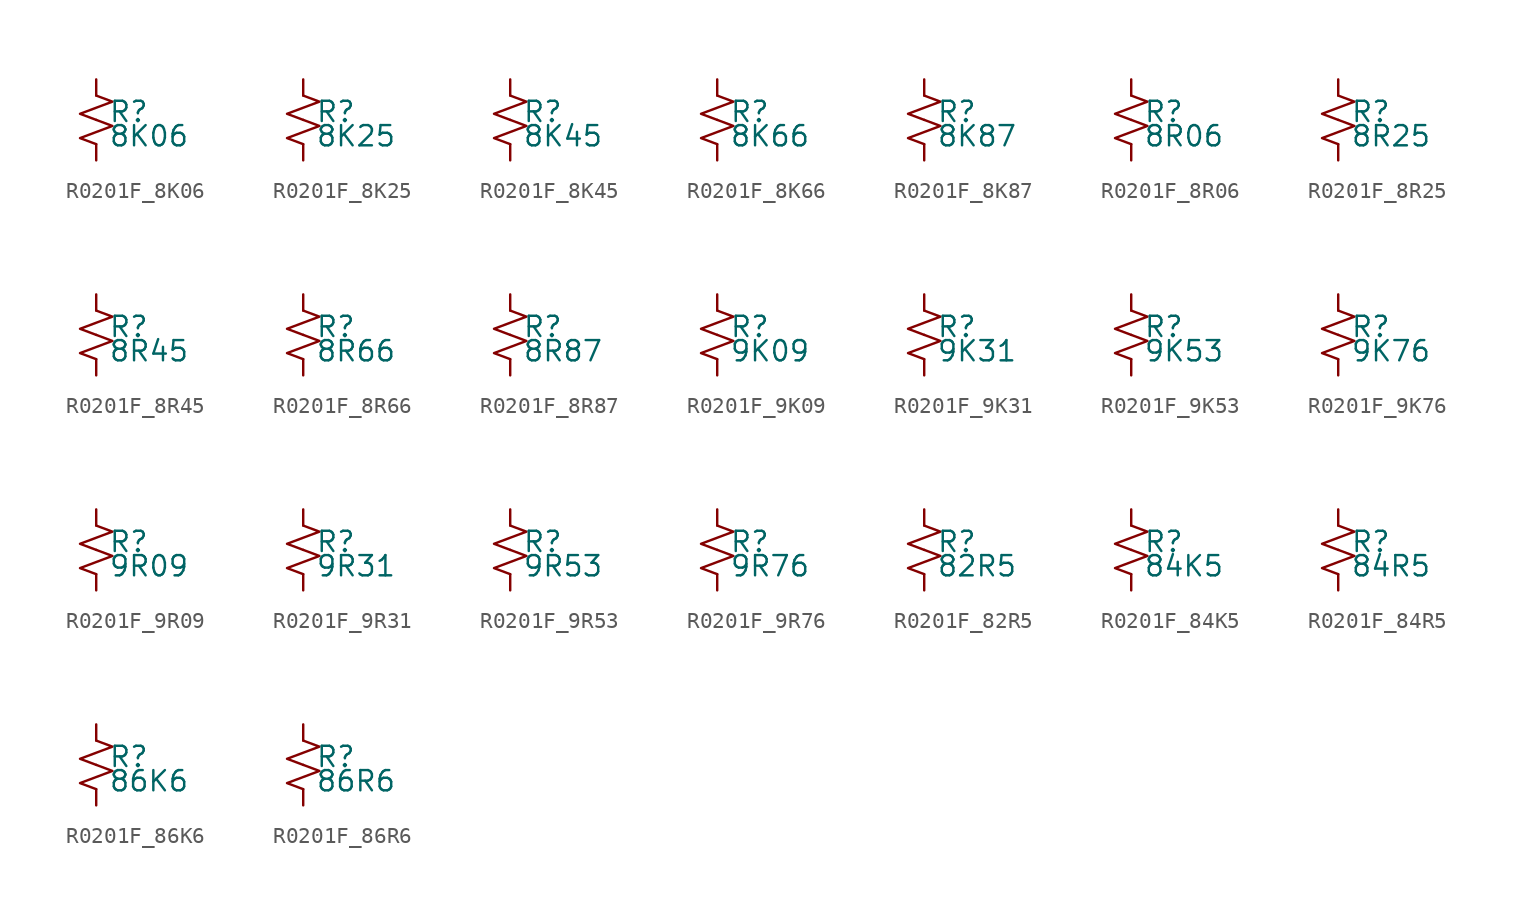
<source format=kicad_sym>
(kicad_symbol_lib
  (version 20220914)
  (generator kicad_symbol_editor)
  (symbol "R0201F_8K06"
    (pin_numbers hide)
    (pin_names
      (offset 0.254) hide)
    (property "Reference" "R"
      (at 0.762 0.508 0)
      (effects (font (size 1.27 1.27)) (justify left)))
    (property "Value" "8K06"
      (at 0.762 -1.016 0)
      (effects (font (size 1.27 1.27)) (justify left)))
    (symbol "R0201F_8K06_1_1"
      (polyline (pts (xy 0 0) (xy 1.016 -0.381) (xy 0 -0.762) (xy -1.016 -1.143) (xy 0 -1.524)) (stroke (width 0) (type default)) (fill (type none)))
      (polyline (pts (xy 0 1.524) (xy 1.016 1.143) (xy 0 0.762) (xy -1.016 0.381) (xy 0 0)) (stroke (width 0) (type default)) (fill (type none)))
      (pin passive line (at 0 2.54 270) (length 1.016) (name "~" (effects (font (size 1.27 1.27)))) (number "1" (effects (font (size 1.27 1.27)))))
      (pin passive line (at 0 -2.54 90) (length 1.016) (name "~" (effects (font (size 1.27 1.27)))) (number "2" (effects (font (size 1.27 1.27)))))))
  (symbol "R0201F_8K25"
    (pin_numbers hide)
    (pin_names
      (offset 0.254) hide)
    (property "Reference" "R"
      (at 0.762 0.508 0)
      (effects (font (size 1.27 1.27)) (justify left)))
    (property "Value" "8K25"
      (at 0.762 -1.016 0)
      (effects (font (size 1.27 1.27)) (justify left)))
    (symbol "R0201F_8K25_1_1"
      (polyline (pts (xy 0 0) (xy 1.016 -0.381) (xy 0 -0.762) (xy -1.016 -1.143) (xy 0 -1.524)) (stroke (width 0) (type default)) (fill (type none)))
      (polyline (pts (xy 0 1.524) (xy 1.016 1.143) (xy 0 0.762) (xy -1.016 0.381) (xy 0 0)) (stroke (width 0) (type default)) (fill (type none)))
      (pin passive line (at 0 2.54 270) (length 1.016) (name "~" (effects (font (size 1.27 1.27)))) (number "1" (effects (font (size 1.27 1.27)))))
      (pin passive line (at 0 -2.54 90) (length 1.016) (name "~" (effects (font (size 1.27 1.27)))) (number "2" (effects (font (size 1.27 1.27)))))))
  (symbol "R0201F_8K45"
    (pin_numbers hide)
    (pin_names
      (offset 0.254) hide)
    (property "Reference" "R"
      (at 0.762 0.508 0)
      (effects (font (size 1.27 1.27)) (justify left)))
    (property "Value" "8K45"
      (at 0.762 -1.016 0)
      (effects (font (size 1.27 1.27)) (justify left)))
    (symbol "R0201F_8K45_1_1"
      (polyline (pts (xy 0 0) (xy 1.016 -0.381) (xy 0 -0.762) (xy -1.016 -1.143) (xy 0 -1.524)) (stroke (width 0) (type default)) (fill (type none)))
      (polyline (pts (xy 0 1.524) (xy 1.016 1.143) (xy 0 0.762) (xy -1.016 0.381) (xy 0 0)) (stroke (width 0) (type default)) (fill (type none)))
      (pin passive line (at 0 2.54 270) (length 1.016) (name "~" (effects (font (size 1.27 1.27)))) (number "1" (effects (font (size 1.27 1.27)))))
      (pin passive line (at 0 -2.54 90) (length 1.016) (name "~" (effects (font (size 1.27 1.27)))) (number "2" (effects (font (size 1.27 1.27)))))))
  (symbol "R0201F_8K66"
    (pin_numbers hide)
    (pin_names
      (offset 0.254) hide)
    (property "Reference" "R"
      (at 0.762 0.508 0)
      (effects (font (size 1.27 1.27)) (justify left)))
    (property "Value" "8K66"
      (at 0.762 -1.016 0)
      (effects (font (size 1.27 1.27)) (justify left)))
    (symbol "R0201F_8K66_1_1"
      (polyline (pts (xy 0 0) (xy 1.016 -0.381) (xy 0 -0.762) (xy -1.016 -1.143) (xy 0 -1.524)) (stroke (width 0) (type default)) (fill (type none)))
      (polyline (pts (xy 0 1.524) (xy 1.016 1.143) (xy 0 0.762) (xy -1.016 0.381) (xy 0 0)) (stroke (width 0) (type default)) (fill (type none)))
      (pin passive line (at 0 2.54 270) (length 1.016) (name "~" (effects (font (size 1.27 1.27)))) (number "1" (effects (font (size 1.27 1.27)))))
      (pin passive line (at 0 -2.54 90) (length 1.016) (name "~" (effects (font (size 1.27 1.27)))) (number "2" (effects (font (size 1.27 1.27)))))))
  (symbol "R0201F_8K87"
    (pin_numbers hide)
    (pin_names
      (offset 0.254) hide)
    (property "Reference" "R"
      (at 0.762 0.508 0)
      (effects (font (size 1.27 1.27)) (justify left)))
    (property "Value" "8K87"
      (at 0.762 -1.016 0)
      (effects (font (size 1.27 1.27)) (justify left)))
    (symbol "R0201F_8K87_1_1"
      (polyline (pts (xy 0 0) (xy 1.016 -0.381) (xy 0 -0.762) (xy -1.016 -1.143) (xy 0 -1.524)) (stroke (width 0) (type default)) (fill (type none)))
      (polyline (pts (xy 0 1.524) (xy 1.016 1.143) (xy 0 0.762) (xy -1.016 0.381) (xy 0 0)) (stroke (width 0) (type default)) (fill (type none)))
      (pin passive line (at 0 2.54 270) (length 1.016) (name "~" (effects (font (size 1.27 1.27)))) (number "1" (effects (font (size 1.27 1.27)))))
      (pin passive line (at 0 -2.54 90) (length 1.016) (name "~" (effects (font (size 1.27 1.27)))) (number "2" (effects (font (size 1.27 1.27)))))))
  (symbol "R0201F_8R06"
    (pin_numbers hide)
    (pin_names
      (offset 0.254) hide)
    (property "Reference" "R"
      (at 0.762 0.508 0)
      (effects (font (size 1.27 1.27)) (justify left)))
    (property "Value" "8R06"
      (at 0.762 -1.016 0)
      (effects (font (size 1.27 1.27)) (justify left)))
    (symbol "R0201F_8R06_1_1"
      (polyline (pts (xy 0 0) (xy 1.016 -0.381) (xy 0 -0.762) (xy -1.016 -1.143) (xy 0 -1.524)) (stroke (width 0) (type default)) (fill (type none)))
      (polyline (pts (xy 0 1.524) (xy 1.016 1.143) (xy 0 0.762) (xy -1.016 0.381) (xy 0 0)) (stroke (width 0) (type default)) (fill (type none)))
      (pin passive line (at 0 2.54 270) (length 1.016) (name "~" (effects (font (size 1.27 1.27)))) (number "1" (effects (font (size 1.27 1.27)))))
      (pin passive line (at 0 -2.54 90) (length 1.016) (name "~" (effects (font (size 1.27 1.27)))) (number "2" (effects (font (size 1.27 1.27)))))))
  (symbol "R0201F_8R25"
    (pin_numbers hide)
    (pin_names
      (offset 0.254) hide)
    (property "Reference" "R"
      (at 0.762 0.508 0)
      (effects (font (size 1.27 1.27)) (justify left)))
    (property "Value" "8R25"
      (at 0.762 -1.016 0)
      (effects (font (size 1.27 1.27)) (justify left)))
    (symbol "R0201F_8R25_1_1"
      (polyline (pts (xy 0 0) (xy 1.016 -0.381) (xy 0 -0.762) (xy -1.016 -1.143) (xy 0 -1.524)) (stroke (width 0) (type default)) (fill (type none)))
      (polyline (pts (xy 0 1.524) (xy 1.016 1.143) (xy 0 0.762) (xy -1.016 0.381) (xy 0 0)) (stroke (width 0) (type default)) (fill (type none)))
      (pin passive line (at 0 2.54 270) (length 1.016) (name "~" (effects (font (size 1.27 1.27)))) (number "1" (effects (font (size 1.27 1.27)))))
      (pin passive line (at 0 -2.54 90) (length 1.016) (name "~" (effects (font (size 1.27 1.27)))) (number "2" (effects (font (size 1.27 1.27)))))))
  (symbol "R0201F_8R45"
    (pin_numbers hide)
    (pin_names
      (offset 0.254) hide)
    (property "Reference" "R"
      (at 0.762 0.508 0)
      (effects (font (size 1.27 1.27)) (justify left)))
    (property "Value" "8R45"
      (at 0.762 -1.016 0)
      (effects (font (size 1.27 1.27)) (justify left)))
    (symbol "R0201F_8R45_1_1"
      (polyline (pts (xy 0 0) (xy 1.016 -0.381) (xy 0 -0.762) (xy -1.016 -1.143) (xy 0 -1.524)) (stroke (width 0) (type default)) (fill (type none)))
      (polyline (pts (xy 0 1.524) (xy 1.016 1.143) (xy 0 0.762) (xy -1.016 0.381) (xy 0 0)) (stroke (width 0) (type default)) (fill (type none)))
      (pin passive line (at 0 2.54 270) (length 1.016) (name "~" (effects (font (size 1.27 1.27)))) (number "1" (effects (font (size 1.27 1.27)))))
      (pin passive line (at 0 -2.54 90) (length 1.016) (name "~" (effects (font (size 1.27 1.27)))) (number "2" (effects (font (size 1.27 1.27)))))))
  (symbol "R0201F_8R66"
    (pin_numbers hide)
    (pin_names
      (offset 0.254) hide)
    (property "Reference" "R"
      (at 0.762 0.508 0)
      (effects (font (size 1.27 1.27)) (justify left)))
    (property "Value" "8R66"
      (at 0.762 -1.016 0)
      (effects (font (size 1.27 1.27)) (justify left)))
    (symbol "R0201F_8R66_1_1"
      (polyline (pts (xy 0 0) (xy 1.016 -0.381) (xy 0 -0.762) (xy -1.016 -1.143) (xy 0 -1.524)) (stroke (width 0) (type default)) (fill (type none)))
      (polyline (pts (xy 0 1.524) (xy 1.016 1.143) (xy 0 0.762) (xy -1.016 0.381) (xy 0 0)) (stroke (width 0) (type default)) (fill (type none)))
      (pin passive line (at 0 2.54 270) (length 1.016) (name "~" (effects (font (size 1.27 1.27)))) (number "1" (effects (font (size 1.27 1.27)))))
      (pin passive line (at 0 -2.54 90) (length 1.016) (name "~" (effects (font (size 1.27 1.27)))) (number "2" (effects (font (size 1.27 1.27)))))))
  (symbol "R0201F_8R87"
    (pin_numbers hide)
    (pin_names
      (offset 0.254) hide)
    (property "Reference" "R"
      (at 0.762 0.508 0)
      (effects (font (size 1.27 1.27)) (justify left)))
    (property "Value" "8R87"
      (at 0.762 -1.016 0)
      (effects (font (size 1.27 1.27)) (justify left)))
    (symbol "R0201F_8R87_1_1"
      (polyline (pts (xy 0 0) (xy 1.016 -0.381) (xy 0 -0.762) (xy -1.016 -1.143) (xy 0 -1.524)) (stroke (width 0) (type default)) (fill (type none)))
      (polyline (pts (xy 0 1.524) (xy 1.016 1.143) (xy 0 0.762) (xy -1.016 0.381) (xy 0 0)) (stroke (width 0) (type default)) (fill (type none)))
      (pin passive line (at 0 2.54 270) (length 1.016) (name "~" (effects (font (size 1.27 1.27)))) (number "1" (effects (font (size 1.27 1.27)))))
      (pin passive line (at 0 -2.54 90) (length 1.016) (name "~" (effects (font (size 1.27 1.27)))) (number "2" (effects (font (size 1.27 1.27)))))))
  (symbol "R0201F_9K09"
    (pin_numbers hide)
    (pin_names
      (offset 0.254) hide)
    (property "Reference" "R"
      (at 0.762 0.508 0)
      (effects (font (size 1.27 1.27)) (justify left)))
    (property "Value" "9K09"
      (at 0.762 -1.016 0)
      (effects (font (size 1.27 1.27)) (justify left)))
    (symbol "R0201F_9K09_1_1"
      (polyline (pts (xy 0 0) (xy 1.016 -0.381) (xy 0 -0.762) (xy -1.016 -1.143) (xy 0 -1.524)) (stroke (width 0) (type default)) (fill (type none)))
      (polyline (pts (xy 0 1.524) (xy 1.016 1.143) (xy 0 0.762) (xy -1.016 0.381) (xy 0 0)) (stroke (width 0) (type default)) (fill (type none)))
      (pin passive line (at 0 2.54 270) (length 1.016) (name "~" (effects (font (size 1.27 1.27)))) (number "1" (effects (font (size 1.27 1.27)))))
      (pin passive line (at 0 -2.54 90) (length 1.016) (name "~" (effects (font (size 1.27 1.27)))) (number "2" (effects (font (size 1.27 1.27)))))))
  (symbol "R0201F_9K31"
    (pin_numbers hide)
    (pin_names
      (offset 0.254) hide)
    (property "Reference" "R"
      (at 0.762 0.508 0)
      (effects (font (size 1.27 1.27)) (justify left)))
    (property "Value" "9K31"
      (at 0.762 -1.016 0)
      (effects (font (size 1.27 1.27)) (justify left)))
    (symbol "R0201F_9K31_1_1"
      (polyline (pts (xy 0 0) (xy 1.016 -0.381) (xy 0 -0.762) (xy -1.016 -1.143) (xy 0 -1.524)) (stroke (width 0) (type default)) (fill (type none)))
      (polyline (pts (xy 0 1.524) (xy 1.016 1.143) (xy 0 0.762) (xy -1.016 0.381) (xy 0 0)) (stroke (width 0) (type default)) (fill (type none)))
      (pin passive line (at 0 2.54 270) (length 1.016) (name "~" (effects (font (size 1.27 1.27)))) (number "1" (effects (font (size 1.27 1.27)))))
      (pin passive line (at 0 -2.54 90) (length 1.016) (name "~" (effects (font (size 1.27 1.27)))) (number "2" (effects (font (size 1.27 1.27)))))))
  (symbol "R0201F_9K53"
    (pin_numbers hide)
    (pin_names
      (offset 0.254) hide)
    (property "Reference" "R"
      (at 0.762 0.508 0)
      (effects (font (size 1.27 1.27)) (justify left)))
    (property "Value" "9K53"
      (at 0.762 -1.016 0)
      (effects (font (size 1.27 1.27)) (justify left)))
    (symbol "R0201F_9K53_1_1"
      (polyline (pts (xy 0 0) (xy 1.016 -0.381) (xy 0 -0.762) (xy -1.016 -1.143) (xy 0 -1.524)) (stroke (width 0) (type default)) (fill (type none)))
      (polyline (pts (xy 0 1.524) (xy 1.016 1.143) (xy 0 0.762) (xy -1.016 0.381) (xy 0 0)) (stroke (width 0) (type default)) (fill (type none)))
      (pin passive line (at 0 2.54 270) (length 1.016) (name "~" (effects (font (size 1.27 1.27)))) (number "1" (effects (font (size 1.27 1.27)))))
      (pin passive line (at 0 -2.54 90) (length 1.016) (name "~" (effects (font (size 1.27 1.27)))) (number "2" (effects (font (size 1.27 1.27)))))))
  (symbol "R0201F_9K76"
    (pin_numbers hide)
    (pin_names
      (offset 0.254) hide)
    (property "Reference" "R"
      (at 0.762 0.508 0)
      (effects (font (size 1.27 1.27)) (justify left)))
    (property "Value" "9K76"
      (at 0.762 -1.016 0)
      (effects (font (size 1.27 1.27)) (justify left)))
    (symbol "R0201F_9K76_1_1"
      (polyline (pts (xy 0 0) (xy 1.016 -0.381) (xy 0 -0.762) (xy -1.016 -1.143) (xy 0 -1.524)) (stroke (width 0) (type default)) (fill (type none)))
      (polyline (pts (xy 0 1.524) (xy 1.016 1.143) (xy 0 0.762) (xy -1.016 0.381) (xy 0 0)) (stroke (width 0) (type default)) (fill (type none)))
      (pin passive line (at 0 2.54 270) (length 1.016) (name "~" (effects (font (size 1.27 1.27)))) (number "1" (effects (font (size 1.27 1.27)))))
      (pin passive line (at 0 -2.54 90) (length 1.016) (name "~" (effects (font (size 1.27 1.27)))) (number "2" (effects (font (size 1.27 1.27)))))))
  (symbol "R0201F_9R09"
    (pin_numbers hide)
    (pin_names
      (offset 0.254) hide)
    (property "Reference" "R"
      (at 0.762 0.508 0)
      (effects (font (size 1.27 1.27)) (justify left)))
    (property "Value" "9R09"
      (at 0.762 -1.016 0)
      (effects (font (size 1.27 1.27)) (justify left)))
    (symbol "R0201F_9R09_1_1"
      (polyline (pts (xy 0 0) (xy 1.016 -0.381) (xy 0 -0.762) (xy -1.016 -1.143) (xy 0 -1.524)) (stroke (width 0) (type default)) (fill (type none)))
      (polyline (pts (xy 0 1.524) (xy 1.016 1.143) (xy 0 0.762) (xy -1.016 0.381) (xy 0 0)) (stroke (width 0) (type default)) (fill (type none)))
      (pin passive line (at 0 2.54 270) (length 1.016) (name "~" (effects (font (size 1.27 1.27)))) (number "1" (effects (font (size 1.27 1.27)))))
      (pin passive line (at 0 -2.54 90) (length 1.016) (name "~" (effects (font (size 1.27 1.27)))) (number "2" (effects (font (size 1.27 1.27)))))))
  (symbol "R0201F_9R31"
    (pin_numbers hide)
    (pin_names
      (offset 0.254) hide)
    (property "Reference" "R"
      (at 0.762 0.508 0)
      (effects (font (size 1.27 1.27)) (justify left)))
    (property "Value" "9R31"
      (at 0.762 -1.016 0)
      (effects (font (size 1.27 1.27)) (justify left)))
    (symbol "R0201F_9R31_1_1"
      (polyline (pts (xy 0 0) (xy 1.016 -0.381) (xy 0 -0.762) (xy -1.016 -1.143) (xy 0 -1.524)) (stroke (width 0) (type default)) (fill (type none)))
      (polyline (pts (xy 0 1.524) (xy 1.016 1.143) (xy 0 0.762) (xy -1.016 0.381) (xy 0 0)) (stroke (width 0) (type default)) (fill (type none)))
      (pin passive line (at 0 2.54 270) (length 1.016) (name "~" (effects (font (size 1.27 1.27)))) (number "1" (effects (font (size 1.27 1.27)))))
      (pin passive line (at 0 -2.54 90) (length 1.016) (name "~" (effects (font (size 1.27 1.27)))) (number "2" (effects (font (size 1.27 1.27)))))))
  (symbol "R0201F_9R53"
    (pin_numbers hide)
    (pin_names
      (offset 0.254) hide)
    (property "Reference" "R"
      (at 0.762 0.508 0)
      (effects (font (size 1.27 1.27)) (justify left)))
    (property "Value" "9R53"
      (at 0.762 -1.016 0)
      (effects (font (size 1.27 1.27)) (justify left)))
    (symbol "R0201F_9R53_1_1"
      (polyline (pts (xy 0 0) (xy 1.016 -0.381) (xy 0 -0.762) (xy -1.016 -1.143) (xy 0 -1.524)) (stroke (width 0) (type default)) (fill (type none)))
      (polyline (pts (xy 0 1.524) (xy 1.016 1.143) (xy 0 0.762) (xy -1.016 0.381) (xy 0 0)) (stroke (width 0) (type default)) (fill (type none)))
      (pin passive line (at 0 2.54 270) (length 1.016) (name "~" (effects (font (size 1.27 1.27)))) (number "1" (effects (font (size 1.27 1.27)))))
      (pin passive line (at 0 -2.54 90) (length 1.016) (name "~" (effects (font (size 1.27 1.27)))) (number "2" (effects (font (size 1.27 1.27)))))))
  (symbol "R0201F_9R76"
    (pin_numbers hide)
    (pin_names
      (offset 0.254) hide)
    (property "Reference" "R"
      (at 0.762 0.508 0)
      (effects (font (size 1.27 1.27)) (justify left)))
    (property "Value" "9R76"
      (at 0.762 -1.016 0)
      (effects (font (size 1.27 1.27)) (justify left)))
    (symbol "R0201F_9R76_1_1"
      (polyline (pts (xy 0 0) (xy 1.016 -0.381) (xy 0 -0.762) (xy -1.016 -1.143) (xy 0 -1.524)) (stroke (width 0) (type default)) (fill (type none)))
      (polyline (pts (xy 0 1.524) (xy 1.016 1.143) (xy 0 0.762) (xy -1.016 0.381) (xy 0 0)) (stroke (width 0) (type default)) (fill (type none)))
      (pin passive line (at 0 2.54 270) (length 1.016) (name "~" (effects (font (size 1.27 1.27)))) (number "1" (effects (font (size 1.27 1.27)))))
      (pin passive line (at 0 -2.54 90) (length 1.016) (name "~" (effects (font (size 1.27 1.27)))) (number "2" (effects (font (size 1.27 1.27)))))))
  (symbol "R0201F_82R5"
    (pin_numbers hide)
    (pin_names
      (offset 0.254) hide)
    (property "Reference" "R"
      (at 0.762 0.508 0)
      (effects (font (size 1.27 1.27)) (justify left)))
    (property "Value" "82R5"
      (at 0.762 -1.016 0)
      (effects (font (size 1.27 1.27)) (justify left)))
    (symbol "R0201F_82R5_1_1"
      (polyline (pts (xy 0 0) (xy 1.016 -0.381) (xy 0 -0.762) (xy -1.016 -1.143) (xy 0 -1.524)) (stroke (width 0) (type default)) (fill (type none)))
      (polyline (pts (xy 0 1.524) (xy 1.016 1.143) (xy 0 0.762) (xy -1.016 0.381) (xy 0 0)) (stroke (width 0) (type default)) (fill (type none)))
      (pin passive line (at 0 2.54 270) (length 1.016) (name "~" (effects (font (size 1.27 1.27)))) (number "1" (effects (font (size 1.27 1.27)))))
      (pin passive line (at 0 -2.54 90) (length 1.016) (name "~" (effects (font (size 1.27 1.27)))) (number "2" (effects (font (size 1.27 1.27)))))))
  (symbol "R0201F_84K5"
    (pin_numbers hide)
    (pin_names
      (offset 0.254) hide)
    (property "Reference" "R"
      (at 0.762 0.508 0)
      (effects (font (size 1.27 1.27)) (justify left)))
    (property "Value" "84K5"
      (at 0.762 -1.016 0)
      (effects (font (size 1.27 1.27)) (justify left)))
    (symbol "R0201F_84K5_1_1"
      (polyline (pts (xy 0 0) (xy 1.016 -0.381) (xy 0 -0.762) (xy -1.016 -1.143) (xy 0 -1.524)) (stroke (width 0) (type default)) (fill (type none)))
      (polyline (pts (xy 0 1.524) (xy 1.016 1.143) (xy 0 0.762) (xy -1.016 0.381) (xy 0 0)) (stroke (width 0) (type default)) (fill (type none)))
      (pin passive line (at 0 2.54 270) (length 1.016) (name "~" (effects (font (size 1.27 1.27)))) (number "1" (effects (font (size 1.27 1.27)))))
      (pin passive line (at 0 -2.54 90) (length 1.016) (name "~" (effects (font (size 1.27 1.27)))) (number "2" (effects (font (size 1.27 1.27)))))))
  (symbol "R0201F_84R5"
    (pin_numbers hide)
    (pin_names
      (offset 0.254) hide)
    (property "Reference" "R"
      (at 0.762 0.508 0)
      (effects (font (size 1.27 1.27)) (justify left)))
    (property "Value" "84R5"
      (at 0.762 -1.016 0)
      (effects (font (size 1.27 1.27)) (justify left)))
    (symbol "R0201F_84R5_1_1"
      (polyline (pts (xy 0 0) (xy 1.016 -0.381) (xy 0 -0.762) (xy -1.016 -1.143) (xy 0 -1.524)) (stroke (width 0) (type default)) (fill (type none)))
      (polyline (pts (xy 0 1.524) (xy 1.016 1.143) (xy 0 0.762) (xy -1.016 0.381) (xy 0 0)) (stroke (width 0) (type default)) (fill (type none)))
      (pin passive line (at 0 2.54 270) (length 1.016) (name "~" (effects (font (size 1.27 1.27)))) (number "1" (effects (font (size 1.27 1.27)))))
      (pin passive line (at 0 -2.54 90) (length 1.016) (name "~" (effects (font (size 1.27 1.27)))) (number "2" (effects (font (size 1.27 1.27)))))))
  (symbol "R0201F_86K6"
    (pin_numbers hide)
    (pin_names
      (offset 0.254) hide)
    (property "Reference" "R"
      (at 0.762 0.508 0)
      (effects (font (size 1.27 1.27)) (justify left)))
    (property "Value" "86K6"
      (at 0.762 -1.016 0)
      (effects (font (size 1.27 1.27)) (justify left)))
    (symbol "R0201F_86K6_1_1"
      (polyline (pts (xy 0 0) (xy 1.016 -0.381) (xy 0 -0.762) (xy -1.016 -1.143) (xy 0 -1.524)) (stroke (width 0) (type default)) (fill (type none)))
      (polyline (pts (xy 0 1.524) (xy 1.016 1.143) (xy 0 0.762) (xy -1.016 0.381) (xy 0 0)) (stroke (width 0) (type default)) (fill (type none)))
      (pin passive line (at 0 2.54 270) (length 1.016) (name "~" (effects (font (size 1.27 1.27)))) (number "1" (effects (font (size 1.27 1.27)))))
      (pin passive line (at 0 -2.54 90) (length 1.016) (name "~" (effects (font (size 1.27 1.27)))) (number "2" (effects (font (size 1.27 1.27)))))))
  (symbol "R0201F_86R6"
    (pin_numbers hide)
    (pin_names
      (offset 0.254) hide)
    (property "Reference" "R"
      (at 0.762 0.508 0)
      (effects (font (size 1.27 1.27)) (justify left)))
    (property "Value" "86R6"
      (at 0.762 -1.016 0)
      (effects (font (size 1.27 1.27)) (justify left)))
    (symbol "R0201F_86R6_1_1"
      (polyline (pts (xy 0 0) (xy 1.016 -0.381) (xy 0 -0.762) (xy -1.016 -1.143) (xy 0 -1.524)) (stroke (width 0) (type default)) (fill (type none)))
      (polyline (pts (xy 0 1.524) (xy 1.016 1.143) (xy 0 0.762) (xy -1.016 0.381) (xy 0 0)) (stroke (width 0) (type default)) (fill (type none)))
      (pin passive line (at 0 2.54 270) (length 1.016) (name "~" (effects (font (size 1.27 1.27)))) (number "1" (effects (font (size 1.27 1.27)))))
      (pin passive line (at 0 -2.54 90) (length 1.016) (name "~" (effects (font (size 1.27 1.27)))) (number "2" (effects (font (size 1.27 1.27))))))))
</source>
